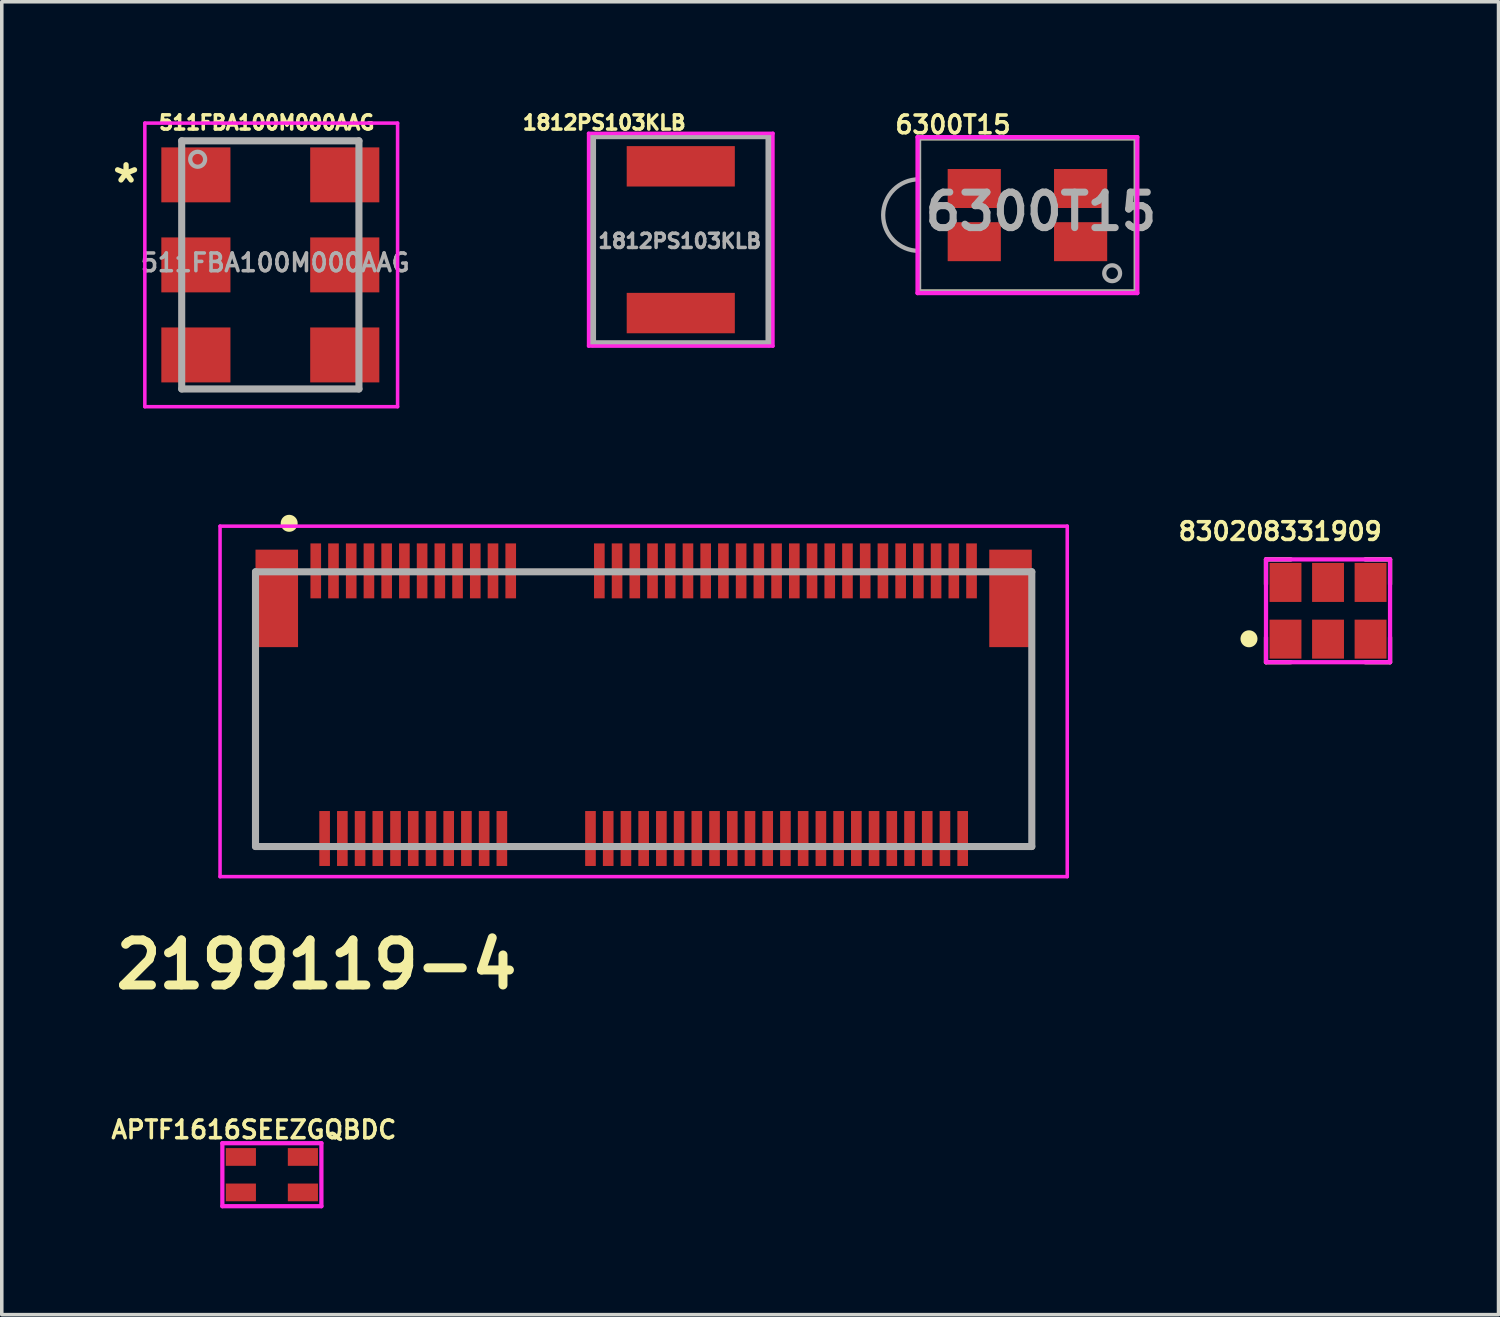
<source format=kicad_pcb>
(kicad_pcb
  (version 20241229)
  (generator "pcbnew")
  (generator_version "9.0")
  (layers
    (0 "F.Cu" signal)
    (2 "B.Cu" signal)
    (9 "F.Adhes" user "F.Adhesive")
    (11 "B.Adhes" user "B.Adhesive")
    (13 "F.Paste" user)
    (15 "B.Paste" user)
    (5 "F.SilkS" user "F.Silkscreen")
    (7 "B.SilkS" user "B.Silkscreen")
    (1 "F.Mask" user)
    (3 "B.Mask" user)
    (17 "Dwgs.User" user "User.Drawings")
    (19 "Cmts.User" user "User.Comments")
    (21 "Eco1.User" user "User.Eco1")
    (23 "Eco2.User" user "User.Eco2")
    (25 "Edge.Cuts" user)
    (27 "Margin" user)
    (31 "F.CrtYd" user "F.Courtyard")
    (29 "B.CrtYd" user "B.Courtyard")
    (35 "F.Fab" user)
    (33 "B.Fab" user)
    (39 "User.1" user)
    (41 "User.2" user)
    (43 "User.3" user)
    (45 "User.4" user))
  (footprint "2199119-4"
    (layer "F.Cu")
    (at 15.108 16.943)
    (property "Reference" "2199119-4" (at -9.23 7.22 0) (layer "F.SilkS") (effects (font (size 1.27 1.27) (thickness 0.254))))
    (attr through_hole)
    (fp_line (start -10.95 -1.312) (end -10.95 3.888) (stroke (width 0.1) (type solid)) (layer "F.SilkS"))
    (fp_line (start -10.95 3.888) (end -9.5 3.888) (stroke (width 0.1) (type solid)) (layer "F.SilkS"))
    (fp_line (start -3.5 3.888) (end -2 3.888) (stroke (width 0.1) (type solid)) (layer "F.SilkS"))
    (fp_line (start -3.2 -3.888) (end -1.7 -3.888) (stroke (width 0.1) (type solid)) (layer "F.SilkS"))
    (fp_line (start 10.95 -1.312) (end 10.95 3.888) (stroke (width 0.1) (type solid)) (layer "F.SilkS"))
    (fp_line (start 10.95 3.888) (end 9.4 3.888) (stroke (width 0.1) (type solid)) (layer "F.SilkS"))
    (fp_circle (center -10 -5.23) (end -9.88 -5.23) (stroke (width 0.24) (type default)) (fill no) (layer "F.SilkS"))
    (fp_line (start -11.95 -5.15) (end 11.95 -5.15) (stroke (width 0.1) (type solid)) (layer "F.CrtYd"))
    (fp_line (start -11.95 4.738) (end -11.95 -5.15) (stroke (width 0.1) (type solid)) (layer "F.CrtYd"))
    (fp_line (start 11.95 -5.15) (end 11.95 4.738) (stroke (width 0.1) (type solid)) (layer "F.CrtYd"))
    (fp_line (start 11.95 4.738) (end -11.95 4.738) (stroke (width 0.1) (type solid)) (layer "F.CrtYd"))
    (fp_line (start -10.95 -3.862) (end 10.95 -3.862) (stroke (width 0.2) (type solid)) (layer "F.Fab"))
    (fp_line (start -10.95 3.888) (end -10.95 -3.862) (stroke (width 0.2) (type solid)) (layer "F.Fab"))
    (fp_line (start 10.95 -3.862) (end 10.95 3.888) (stroke (width 0.2) (type solid)) (layer "F.Fab"))
    (fp_line (start 10.95 3.888) (end -10.95 3.888) (stroke (width 0.2) (type solid)) (layer "F.Fab"))
    (pad "" np_thru_hole circle (at -10 1.387) (size 0.001 0.001) (drill 1.15) (layers "*.Cu" "*.Mask"))
    (pad "" np_thru_hole circle (at 10 1.387) (size 0.001 0.001) (drill 1.65) (layers "*.Cu" "*.Mask"))
    (pad "1" smd rect (at -9.25 -3.888) (size 0.3 1.55) (layers "F.Cu" "F.Mask" "F.Paste"))
    (pad "2" smd rect (at -9 3.662) (size 0.3 1.55) (layers "F.Cu" "F.Mask" "F.Paste"))
    (pad "3" smd rect (at -8.75 -3.888) (size 0.3 1.55) (layers "F.Cu" "F.Mask" "F.Paste"))
    (pad "4" smd rect (at -8.5 3.662) (size 0.3 1.55) (layers "F.Cu" "F.Mask" "F.Paste"))
    (pad "5" smd rect (at -8.25 -3.888) (size 0.3 1.55) (layers "F.Cu" "F.Mask" "F.Paste"))
    (pad "6" smd rect (at -8 3.662) (size 0.3 1.55) (layers "F.Cu" "F.Mask" "F.Paste"))
    (pad "7" smd rect (at -7.75 -3.888) (size 0.3 1.55) (layers "F.Cu" "F.Mask" "F.Paste"))
    (pad "8" smd rect (at -7.5 3.662) (size 0.3 1.55) (layers "F.Cu" "F.Mask" "F.Paste"))
    (pad "9" smd rect (at -7.25 -3.888) (size 0.3 1.55) (layers "F.Cu" "F.Mask" "F.Paste"))
    (pad "10" smd rect (at -7 3.662) (size 0.3 1.55) (layers "F.Cu" "F.Mask" "F.Paste"))
    (pad "11" smd rect (at -6.75 -3.888) (size 0.3 1.55) (layers "F.Cu" "F.Mask" "F.Paste"))
    (pad "12" smd rect (at -6.5 3.662) (size 0.3 1.55) (layers "F.Cu" "F.Mask" "F.Paste"))
    (pad "13" smd rect (at -6.25 -3.888) (size 0.3 1.55) (layers "F.Cu" "F.Mask" "F.Paste"))
    (pad "14" smd rect (at -6 3.662) (size 0.3 1.55) (layers "F.Cu" "F.Mask" "F.Paste"))
    (pad "15" smd rect (at -5.75 -3.888) (size 0.3 1.55) (layers "F.Cu" "F.Mask" "F.Paste"))
    (pad "16" smd rect (at -5.5 3.662) (size 0.3 1.55) (layers "F.Cu" "F.Mask" "F.Paste"))
    (pad "17" smd rect (at -5.25 -3.888) (size 0.3 1.55) (layers "F.Cu" "F.Mask" "F.Paste"))
    (pad "18" smd rect (at -5 3.662) (size 0.3 1.55) (layers "F.Cu" "F.Mask" "F.Paste"))
    (pad "19" smd rect (at -4.75 -3.888) (size 0.3 1.55) (layers "F.Cu" "F.Mask" "F.Paste"))
    (pad "20" smd rect (at -4.5 3.662) (size 0.3 1.55) (layers "F.Cu" "F.Mask" "F.Paste"))
    (pad "21" smd rect (at -4.25 -3.888) (size 0.3 1.55) (layers "F.Cu" "F.Mask" "F.Paste"))
    (pad "22" smd rect (at -4 3.662) (size 0.3 1.55) (layers "F.Cu" "F.Mask" "F.Paste"))
    (pad "23" smd rect (at -3.75 -3.888) (size 0.3 1.55) (layers "F.Cu" "F.Mask" "F.Paste"))
    (pad "32" smd rect (at -1.5 3.662) (size 0.3 1.55) (layers "F.Cu" "F.Mask" "F.Paste"))
    (pad "33" smd rect (at -1.25 -3.888) (size 0.3 1.55) (layers "F.Cu" "F.Mask" "F.Paste"))
    (pad "34" smd rect (at -1 3.662) (size 0.3 1.55) (layers "F.Cu" "F.Mask" "F.Paste"))
    (pad "35" smd rect (at -0.75 -3.888) (size 0.3 1.55) (layers "F.Cu" "F.Mask" "F.Paste"))
    (pad "36" smd rect (at -0.5 3.662) (size 0.3 1.55) (layers "F.Cu" "F.Mask" "F.Paste"))
    (pad "37" smd rect (at -0.25 -3.888) (size 0.3 1.55) (layers "F.Cu" "F.Mask" "F.Paste"))
    (pad "38" smd rect (at 0 3.662) (size 0.3 1.55) (layers "F.Cu" "F.Mask" "F.Paste"))
    (pad "39" smd rect (at 0.25 -3.888) (size 0.3 1.55) (layers "F.Cu" "F.Mask" "F.Paste"))
    (pad "40" smd rect (at 0.5 3.662) (size 0.3 1.55) (layers "F.Cu" "F.Mask" "F.Paste"))
    (pad "41" smd rect (at 0.75 -3.888) (size 0.3 1.55) (layers "F.Cu" "F.Mask" "F.Paste"))
    (pad "42" smd rect (at 1 3.662) (size 0.3 1.55) (layers "F.Cu" "F.Mask" "F.Paste"))
    (pad "43" smd rect (at 1.25 -3.888) (size 0.3 1.55) (layers "F.Cu" "F.Mask" "F.Paste"))
    (pad "44" smd rect (at 1.5 3.662) (size 0.3 1.55) (layers "F.Cu" "F.Mask" "F.Paste"))
    (pad "45" smd rect (at 1.75 -3.888) (size 0.3 1.55) (layers "F.Cu" "F.Mask" "F.Paste"))
    (pad "46" smd rect (at 2 3.662) (size 0.3 1.55) (layers "F.Cu" "F.Mask" "F.Paste"))
    (pad "47" smd rect (at 2.25 -3.888) (size 0.3 1.55) (layers "F.Cu" "F.Mask" "F.Paste"))
    (pad "48" smd rect (at 2.5 3.662) (size 0.3 1.55) (layers "F.Cu" "F.Mask" "F.Paste"))
    (pad "49" smd rect (at 2.75 -3.888) (size 0.3 1.55) (layers "F.Cu" "F.Mask" "F.Paste"))
    (pad "50" smd rect (at 3 3.662) (size 0.3 1.55) (layers "F.Cu" "F.Mask" "F.Paste"))
    (pad "51" smd rect (at 3.25 -3.888) (size 0.3 1.55) (layers "F.Cu" "F.Mask" "F.Paste"))
    (pad "52" smd rect (at 3.5 3.662) (size 0.3 1.55) (layers "F.Cu" "F.Mask" "F.Paste"))
    (pad "53" smd rect (at 3.75 -3.888) (size 0.3 1.55) (layers "F.Cu" "F.Mask" "F.Paste"))
    (pad "54" smd rect (at 4 3.662) (size 0.3 1.55) (layers "F.Cu" "F.Mask" "F.Paste"))
    (pad "55" smd rect (at 4.25 -3.888) (size 0.3 1.55) (layers "F.Cu" "F.Mask" "F.Paste"))
    (pad "56" smd rect (at 4.5 3.662) (size 0.3 1.55) (layers "F.Cu" "F.Mask" "F.Paste"))
    (pad "57" smd rect (at 4.75 -3.888) (size 0.3 1.55) (layers "F.Cu" "F.Mask" "F.Paste"))
    (pad "58" smd rect (at 5 3.662) (size 0.3 1.55) (layers "F.Cu" "F.Mask" "F.Paste"))
    (pad "59" smd rect (at 5.25 -3.888) (size 0.3 1.55) (layers "F.Cu" "F.Mask" "F.Paste"))
    (pad "60" smd rect (at 5.5 3.662) (size 0.3 1.55) (layers "F.Cu" "F.Mask" "F.Paste"))
    (pad "61" smd rect (at 5.75 -3.888) (size 0.3 1.55) (layers "F.Cu" "F.Mask" "F.Paste"))
    (pad "62" smd rect (at 6 3.662) (size 0.3 1.55) (layers "F.Cu" "F.Mask" "F.Paste"))
    (pad "63" smd rect (at 6.25 -3.888) (size 0.3 1.55) (layers "F.Cu" "F.Mask" "F.Paste"))
    (pad "64" smd rect (at 6.5 3.662) (size 0.3 1.55) (layers "F.Cu" "F.Mask" "F.Paste"))
    (pad "65" smd rect (at 6.75 -3.888) (size 0.3 1.55) (layers "F.Cu" "F.Mask" "F.Paste"))
    (pad "66" smd rect (at 7 3.662) (size 0.3 1.55) (layers "F.Cu" "F.Mask" "F.Paste"))
    (pad "67" smd rect (at 7.25 -3.888) (size 0.3 1.55) (layers "F.Cu" "F.Mask" "F.Paste"))
    (pad "68" smd rect (at 7.5 3.662) (size 0.3 1.55) (layers "F.Cu" "F.Mask" "F.Paste"))
    (pad "69" smd rect (at 7.75 -3.888) (size 0.3 1.55) (layers "F.Cu" "F.Mask" "F.Paste"))
    (pad "70" smd rect (at 8 3.662) (size 0.3 1.55) (layers "F.Cu" "F.Mask" "F.Paste"))
    (pad "71" smd rect (at 8.25 -3.888) (size 0.3 1.55) (layers "F.Cu" "F.Mask" "F.Paste"))
    (pad "72" smd rect (at 8.5 3.662) (size 0.3 1.55) (layers "F.Cu" "F.Mask" "F.Paste"))
    (pad "73" smd rect (at 8.75 -3.888) (size 0.3 1.55) (layers "F.Cu" "F.Mask" "F.Paste"))
    (pad "74" smd rect (at 9 3.662) (size 0.3 1.55) (layers "F.Cu" "F.Mask" "F.Paste"))
    (pad "75" smd rect (at 9.25 -3.888) (size 0.3 1.55) (layers "F.Cu" "F.Mask" "F.Paste"))
    (pad "MP1" smd rect (at -10.35 -3.112) (size 1.2 2.75) (layers "F.Cu" "F.Mask" "F.Paste"))
    (pad "MP2" smd rect (at 10.35 -3.112) (size 1.2 2.75) (layers "F.Cu" "F.Mask" "F.Paste")))
  (footprint "511FBA100M000AAG"
    (layer "F.Cu")
    (at 4.576 4.423)
    (property "Reference" "511FBA100M000AAG" (at -0.102 -4.013 0) (layer "F.SilkS") (effects (font (size 0.4 0.4) (thickness 0.1))))
    (attr smd)
    (fp_line (start -1 -3.5) (end 0.5 -3.5) (stroke (width 0.1) (type solid)) (layer "F.SilkS"))
    (fp_line (start -0.5 3.5) (end 0.5 3.5) (stroke (width 0.1) (type solid)) (layer "F.SilkS"))
    (fp_line (start -3.54 -4) (end 3.59 -4) (stroke (width 0.1) (type solid)) (layer "F.CrtYd"))
    (fp_line (start -3.54 4) (end -3.54 -4) (stroke (width 0.1) (type solid)) (layer "F.CrtYd"))
    (fp_line (start 3.59 -4) (end 3.59 4) (stroke (width 0.1) (type solid)) (layer "F.CrtYd"))
    (fp_line (start 3.59 4) (end -3.54 4) (stroke (width 0.1) (type solid)) (layer "F.CrtYd"))
    (fp_line (start -2.5 -3.5) (end 2.5 -3.5) (stroke (width 0.2) (type solid)) (layer "F.Fab"))
    (fp_line (start -2.5 3.5) (end -2.5 -3.5) (stroke (width 0.2) (type solid)) (layer "F.Fab"))
    (fp_line (start 2.5 -3.5) (end 2.5 3.5) (stroke (width 0.2) (type solid)) (layer "F.Fab"))
    (fp_line (start 2.5 3.5) (end -2.5 3.5) (stroke (width 0.2) (type solid)) (layer "F.Fab"))
    (fp_circle (center -2.05 -2.98) (end -1.87 -2.87) (stroke (width 0.12) (type solid)) (fill no) (layer "F.Fab"))
    (fp_text user "*" (at -4.07 -2.28 0) (layer "F.SilkS") (effects (font (size 1 1) (thickness 0.15))))
    (fp_text user "${REFERENCE}" (at 0.138 -0.063 0) (layer "F.Fab") (effects (font (size 0.5 0.5) (thickness 0.1))))
    (pad "1" smd rect (at -2.1 -2.54 90) (size 1.55 1.95) (layers "F.Cu" "F.Mask" "F.Paste"))
    (pad "2" smd rect (at -2.1 0 90) (size 1.55 1.95) (layers "F.Cu" "F.Mask" "F.Paste"))
    (pad "3" smd rect (at -2.1 2.54 90) (size 1.55 1.95) (layers "F.Cu" "F.Mask" "F.Paste"))
    (pad "4" smd rect (at 2.1 2.54 90) (size 1.55 1.95) (layers "F.Cu" "F.Mask" "F.Paste"))
    (pad "5" smd rect (at 2.1 0 90) (size 1.55 1.95) (layers "F.Cu" "F.Mask" "F.Paste"))
    (pad "6" smd rect (at 2.1 -2.54 90) (size 1.55 1.95) (layers "F.Cu" "F.Mask" "F.Paste")))
  (footprint "6300T15"
    (layer "F.Cu")
    (at 25.935 3.018)
    (property "Reference" "6300T15" (at -2.1 -2.55 0) (layer "F.SilkS") (effects (font (size 0.5 0.5) (thickness 0.1))))
    (attr smd)
    (fp_line (start -3.05 -2.16) (end -3.05 2.16) (stroke (width 0.1) (type solid)) (layer "F.SilkS"))
    (fp_line (start -3.05 2.16) (end 3.05 2.16) (stroke (width 0.12) (type solid)) (layer "F.SilkS"))
    (fp_line (start 3.05 -2.16) (end -3.05 -2.16) (stroke (width 0.1) (type solid)) (layer "F.SilkS"))
    (fp_line (start 3.05 2.16) (end 3.05 -2.16) (stroke (width 0.1) (type solid)) (layer "F.SilkS"))
    (fp_line (start -3.1 -2.2) (end 3.1 -2.2) (stroke (width 0.12) (type solid)) (layer "F.CrtYd"))
    (fp_line (start -3.1 2.2) (end -3.1 -2.2) (stroke (width 0.12) (type solid)) (layer "F.CrtYd"))
    (fp_line (start 3.1 -2.2) (end 3.1 2.2) (stroke (width 0.12) (type solid)) (layer "F.CrtYd"))
    (fp_line (start 3.1 2.2) (end -3.1 2.2) (stroke (width 0.12) (type solid)) (layer "F.CrtYd"))
    (fp_line (start -3.05 -2.16) (end -3.05 2.16) (stroke (width 0.1) (type solid)) (layer "F.Fab"))
    (fp_line (start -3.05 2.16) (end 3.05 2.16) (stroke (width 0.12) (type solid)) (layer "F.Fab"))
    (fp_line (start 3.05 -2.16) (end -3.05 -2.16) (stroke (width 0.1) (type solid)) (layer "F.Fab"))
    (fp_line (start 3.05 2.16) (end 3.05 -2.16) (stroke (width 0.1) (type solid)) (layer "F.Fab"))
    (fp_arc (start -3.06 1.01) (mid -4.07 0) (end -3.06 -1.01) (stroke (width 0.12) (type solid)) (layer "F.Fab"))
    (fp_circle (center 2.39 1.64) (end 2.59 1.74) (stroke (width 0.12) (type solid)) (fill no) (layer "F.Fab"))
    (fp_text user "${REFERENCE}" (at 0.38 -0.1 0) (layer "F.Fab") (effects (font (size 1 1) (thickness 0.2))))
    (pad "1" smd rect (at 1.5 0.75) (size 1.5 1.1) (layers "F.Cu" "F.Mask" "F.Paste"))
    (pad "2" smd rect (at -1.5 0.75) (size 1.5 1.1) (layers "F.Cu" "F.Mask" "F.Paste"))
    (pad "3" smd rect (at 1.5 -0.75) (size 1.5 1.1) (layers "F.Cu" "F.Mask" "F.Paste"))
    (pad "4" smd rect (at -1.5 -0.75) (size 1.5 1.1) (layers "F.Cu" "F.Mask" "F.Paste")))
  (footprint "830208331909"
    (layer "F.Cu")
    (at 34.415 14.181)
    (property "Reference" "830208331909" (at -1.35 -2.24 0) (unlocked yes) (layer "F.SilkS") (effects (font (size 0.5 0.5) (thickness 0.1) (bold yes))))
    (attr smd)
    (fp_line (start -1.75 -1.45) (end -1.75 -0.75) (stroke (width 0.12) (type default)) (layer "F.SilkS"))
    (fp_line (start -1.75 0.75) (end -1.75 1.45) (stroke (width 0.12) (type default)) (layer "F.SilkS"))
    (fp_line (start -1.75 1.45) (end -1.05 1.45) (stroke (width 0.12) (type default)) (layer "F.SilkS"))
    (fp_line (start -1.05 -1.45) (end -1.75 -1.45) (stroke (width 0.12) (type default)) (layer "F.SilkS"))
    (fp_line (start 1.75 -1.45) (end 1.05 -1.45) (stroke (width 0.12) (type default)) (layer "F.SilkS"))
    (fp_line (start 1.75 -0.75) (end 1.75 -1.45) (stroke (width 0.12) (type default)) (layer "F.SilkS"))
    (fp_line (start 1.75 1.45) (end 1.05 1.45) (stroke (width 0.12) (type default)) (layer "F.SilkS"))
    (fp_line (start 1.75 1.45) (end 1.75 0.75) (stroke (width 0.12) (type default)) (layer "F.SilkS"))
    (fp_circle (center -2.23 0.79) (end -2.11 0.79) (stroke (width 0.24) (type default)) (fill no) (layer "F.SilkS"))
    (fp_line (start -1.75 -1.45) (end 1.75 -1.45) (stroke (width 0.12) (type default)) (layer "F.CrtYd"))
    (fp_line (start -1.75 1.45) (end -1.75 -1.45) (stroke (width 0.12) (type default)) (layer "F.CrtYd"))
    (fp_line (start 1.75 -1.45) (end 1.75 1.45) (stroke (width 0.12) (type default)) (layer "F.CrtYd"))
    (fp_line (start 1.75 1.45) (end -1.75 1.45) (stroke (width 0.12) (type default)) (layer "F.CrtYd"))
    (pad "1" smd rect (at -1.2 0.8) (size 0.9 1.1) (layers "F.Cu" "F.Mask" "F.Paste"))
    (pad "2" smd rect (at 0 0.8) (size 0.9 1.1) (layers "F.Cu" "F.Mask" "F.Paste"))
    (pad "3" smd rect (at 1.2 0.8) (size 0.9 1.1) (layers "F.Cu" "F.Mask" "F.Paste"))
    (pad "4" smd rect (at 1.2 -0.8) (size 0.9 1.1) (layers "F.Cu" "F.Mask" "F.Paste"))
    (pad "5" smd rect (at 0 -0.8) (size 0.9 1.1) (layers "F.Cu" "F.Mask" "F.Paste"))
    (pad "6" smd rect (at -1.2 -0.8) (size 0.9 1.1) (layers "F.Cu" "F.Mask" "F.Paste")))
  (footprint "1812PS103KLB"
    (layer "F.Cu")
    (at 16.155 3.712)
    (property "Reference" "1812PS103KLB" (at -2.159 -3.302 0) (layer "F.SilkS") (effects (font (size 0.4 0.4) (thickness 0.1))))
    (attr smd)
    (fp_line (start -2.49 -2.935) (end 2.49 -2.935) (stroke (width 0.1) (type solid)) (layer "F.SilkS"))
    (fp_line (start -2.49 2.935) (end -2.49 -2.935) (stroke (width 0.1) (type solid)) (layer "F.SilkS"))
    (fp_line (start 2.49 -2.935) (end 2.49 2.935) (stroke (width 0.1) (type solid)) (layer "F.SilkS"))
    (fp_line (start 2.49 2.935) (end -2.49 2.935) (stroke (width 0.1) (type solid)) (layer "F.SilkS"))
    (fp_line (start -2.6 -3) (end 2.6 -3) (stroke (width 0.1) (type solid)) (layer "F.CrtYd"))
    (fp_line (start -2.6 3) (end -2.6 -3) (stroke (width 0.1) (type solid)) (layer "F.CrtYd"))
    (fp_line (start 2.6 -3) (end 2.6 3) (stroke (width 0.1) (type solid)) (layer "F.CrtYd"))
    (fp_line (start 2.6 3) (end -2.6 3) (stroke (width 0.1) (type solid)) (layer "F.CrtYd"))
    (fp_line (start -2.49 -2.935) (end 2.49 -2.935) (stroke (width 0.2) (type solid)) (layer "F.Fab"))
    (fp_line (start -2.49 2.935) (end -2.49 -2.935) (stroke (width 0.2) (type solid)) (layer "F.Fab"))
    (fp_line (start 2.49 -2.935) (end 2.49 2.935) (stroke (width 0.2) (type solid)) (layer "F.Fab"))
    (fp_line (start 2.49 2.935) (end -2.49 2.935) (stroke (width 0.2) (type solid)) (layer "F.Fab"))
    (fp_text user "${REFERENCE}" (at -0.029 0.038 0) (layer "F.Fab") (effects (font (size 0.4 0.4) (thickness 0.1))))
    (pad "1" smd rect (at 0 2.07 90) (size 1.14 3.05) (layers "F.Cu" "F.Mask" "F.Paste"))
    (pad "2" smd rect (at 0 -2.07 90) (size 1.14 3.05) (layers "F.Cu" "F.Mask" "F.Paste")))
  (footprint "APTF1616SEEZGQBDC"
    (layer "F.Cu")
    (at 4.62 30.089)
    (property "Reference" "APTF1616SEEZGQBDC" (at -0.508 -1.27 0) (layer "F.SilkS") (effects (font (size 0.5 0.5) (thickness 0.1))))
    (attr through_hole)
    (fp_line (start -1.397 -0.889) (end 1.397 -0.889) (stroke (width 0.12) (type solid)) (layer "F.CrtYd"))
    (fp_line (start -1.397 0.889) (end -1.397 -0.889) (stroke (width 0.12) (type solid)) (layer "F.CrtYd"))
    (fp_line (start 1.397 -0.889) (end 1.397 0.889) (stroke (width 0.12) (type solid)) (layer "F.CrtYd"))
    (fp_line (start 1.397 0.889) (end -1.397 0.889) (stroke (width 0.12) (type solid)) (layer "F.CrtYd"))
    (pad "1" smd rect (at 0.875 0.5) (size 0.85 0.5) (layers "F.Cu" "F.Mask" "F.Paste"))
    (pad "2" smd rect (at -0.875 0.5) (size 0.85 0.5) (layers "F.Cu" "F.Mask" "F.Paste"))
    (pad "3" smd rect (at -0.875 -0.5) (size 0.85 0.5) (layers "F.Cu" "F.Mask" "F.Paste"))
    (pad "4" smd rect (at 0.875 -0.5) (size 0.85 0.5) (layers "F.Cu" "F.Mask" "F.Paste")))
  (gr_rect
    (start -3 -3)
    (end 39.225 34.038)
    (stroke (width 0.1) (type default))
    (fill no)
    (layer "Edge.Cuts")))
</source>
